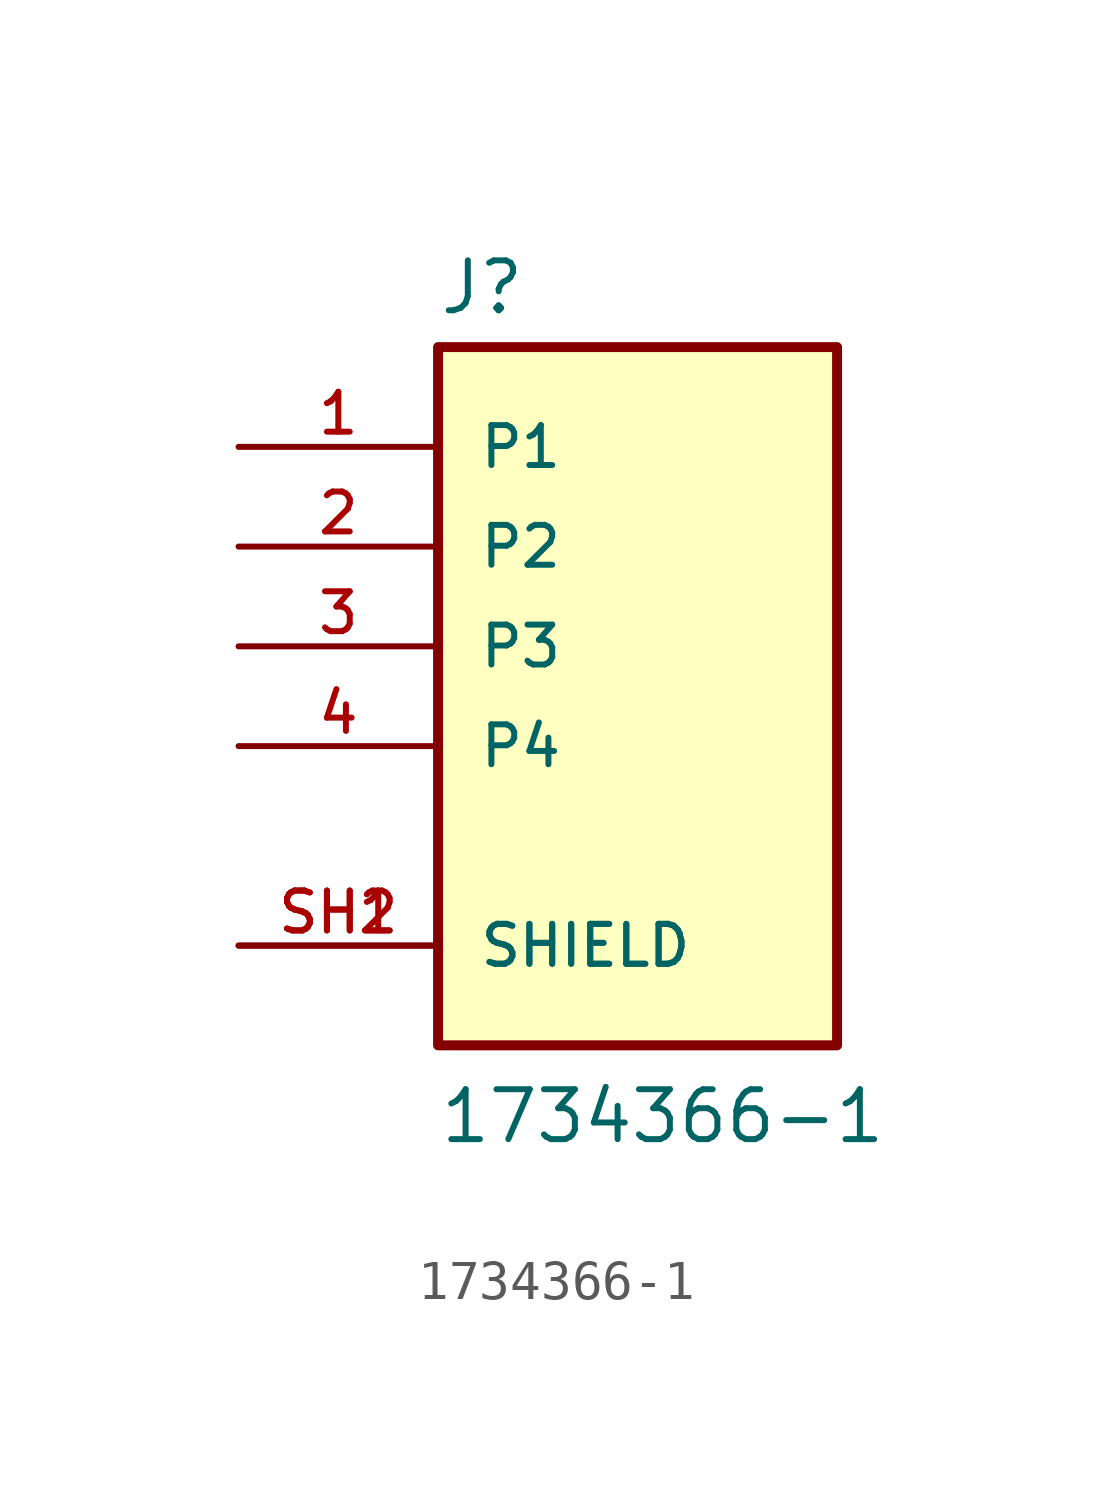
<source format=kicad_sym>
(kicad_symbol_lib
  (version 20211014)
  (generator kicad_symbol_editor)
  (symbol "1734366-1"
    (pin_names
      (offset 1.016))
    (property "Reference" "J"
      (at -5.088 8.395 0)
      (effects (font (size 1.27 1.27)) (justify bottom left)))
    (property "Value" "1734366-1"
      (at -5.084 -12.711 0)
      (effects (font (size 1.27 1.27)) (justify bottom left)))
    (symbol "1734366-1_0_0"
      (rectangle (start -5.08 -10.16) (end 5.08 7.62) (stroke (width 0.254)) (fill (type background)))
      (pin passive line (at -10.16 5.08 0) (length 5.08) (name "P1" (effects (font (size 1.016 1.016)))) (number "1" (effects (font (size 1.016 1.016)))))
      (pin passive line (at -10.16 2.54 0) (length 5.08) (name "P2" (effects (font (size 1.016 1.016)))) (number "2" (effects (font (size 1.016 1.016)))))
      (pin passive line (at -10.16 0.0 0) (length 5.08) (name "P3" (effects (font (size 1.016 1.016)))) (number "3" (effects (font (size 1.016 1.016)))))
      (pin passive line (at -10.16 -2.54 0) (length 5.08) (name "P4" (effects (font (size 1.016 1.016)))) (number "4" (effects (font (size 1.016 1.016)))))
      (pin passive line (at -10.16 -7.62 0) (length 5.08) (name "SHIELD" (effects (font (size 1.016 1.016)))) (number "SH1" (effects (font (size 1.016 1.016)))))
      (pin passive line (at -10.16 -7.62 0) (length 5.08) (name "SHIELD" (effects (font (size 1.016 1.016)))) (number "SH2" (effects (font (size 1.016 1.016))))))))
</source>
